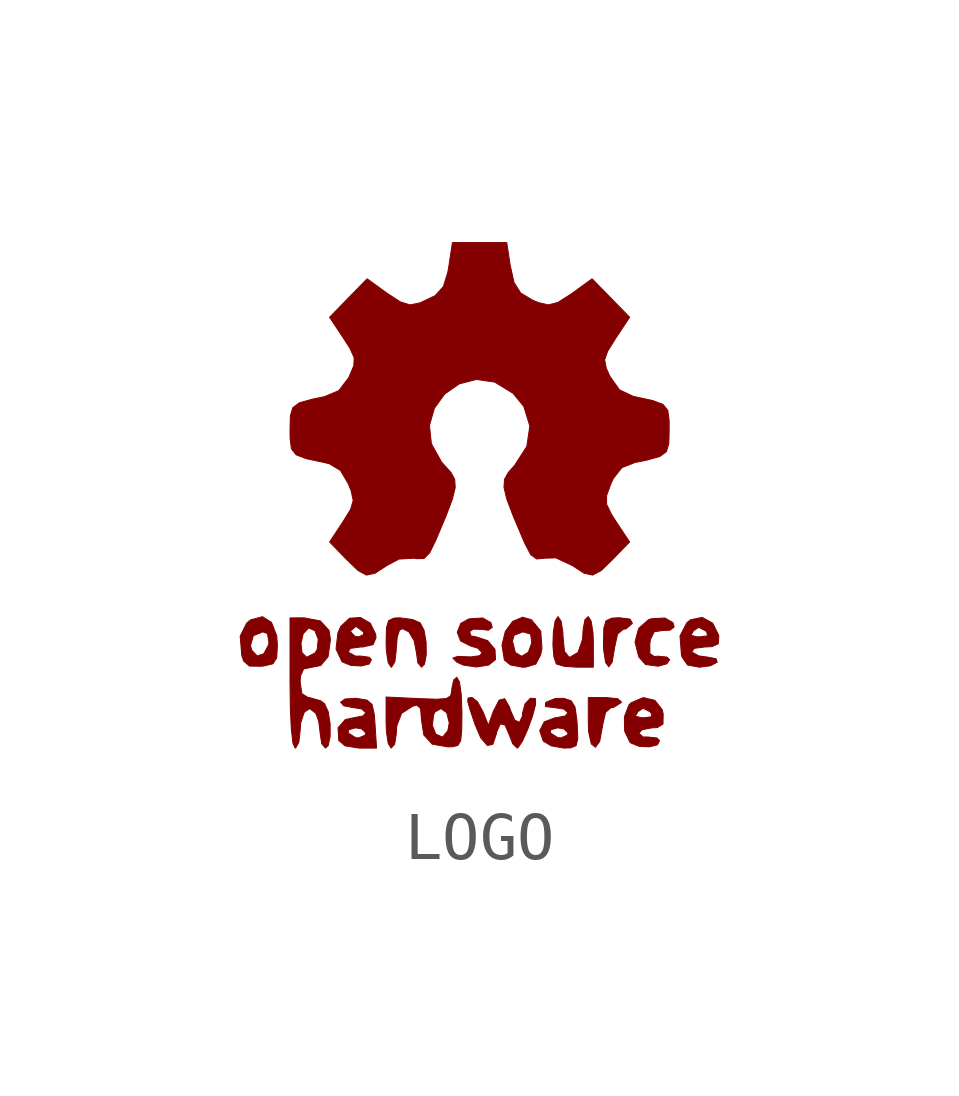
<source format=kicad_sym>
(kicad_symbol_lib
  (version 20220914)
  (generator "bitmap2component")
  (generator_version "8.0")
  (symbol "LOGO"
    (pin_names
      (offset 1.016))
    (property "Reference" "#G"
      (at 0 4.635 0)
      (effects (font (size 1.27 1.27)) hide))
    (symbol "LOGO_0_0"
      (polyline (pts (xy -3.104 -5.217) (xy -3.063 -5.024) (xy -3.064 -4.762) (xy -3.105 -4.508) (xy -3.183 -4.342) (xy -3.265 -4.282) (xy -3.499 -4.216) (xy -3.525 -4.215) (xy -3.652 -4.136) (xy -3.689 -3.9) (xy -3.683 -3.771) (xy -3.617 -3.62) (xy -3.437 -3.583) (xy -3.26 -3.548) (xy -3.106 -3.364) (xy -3.057 -3.008) (xy -3.087 -2.817) (xy -3.267 -2.619) (xy -3.61 -2.554) (xy -3.9 -2.556) (xy -3.9 -3.087) (xy -3.671 -3.087) (xy -3.626 -2.887) (xy -3.517 -2.77) (xy -3.507 -2.767) (xy -3.381 -2.823) (xy -3.312 -2.999) (xy -3.334 -3.215) (xy -3.38 -3.287) (xy -3.549 -3.373) (xy -3.558 -3.372) (xy -3.651 -3.279) (xy -3.671 -3.087) (xy -3.9 -3.087) (xy -3.9 -3.913) (xy -3.894 -4.421) (xy -3.873 -4.878) (xy -3.839 -5.168) (xy -3.794 -5.27) (xy -3.782 -5.267) (xy -3.716 -5.148) (xy -3.689 -4.907) (xy -3.678 -4.748) (xy -3.606 -4.525) (xy -3.491 -4.446) (xy -3.362 -4.545) (xy -3.302 -4.709) (xy -3.269 -4.98) (xy -3.239 -5.179) (xy -3.162 -5.27) (xy -3.104 -5.217)) (stroke (width 0.01) (type default)) (fill (type outline)))
      (polyline (pts (xy -2.128 -4.769) (xy -2.144 -4.562) (xy -2.19 -4.359) (xy -2.295 -4.269) (xy -2.503 -4.235) (xy -2.526 -4.233) (xy -2.754 -4.246) (xy -2.846 -4.314) (xy -2.78 -4.388) (xy -2.582 -4.426) (xy -2.409 -4.453) (xy -2.319 -4.532) (xy -2.378 -4.6) (xy -2.571 -4.637) (xy -2.748 -4.675) (xy -2.9 -4.848) (xy -2.893 -4.954) (xy -2.688 -4.954) (xy -2.681 -4.889) (xy -2.536 -4.848) (xy -2.407 -4.869) (xy -2.319 -4.954) (xy -2.334 -5) (xy -2.471 -5.059) (xy -2.535 -5.051) (xy -2.688 -4.954) (xy -2.893 -4.954) (xy -2.884 -5.112) (xy -2.752 -5.224) (xy -2.46 -5.27) (xy -2.096 -5.27) (xy -2.128 -4.769)) (stroke (width 0.01) (type default)) (fill (type outline)))
      (polyline (pts (xy -1.719 -5.19) (xy -1.685 -4.98) (xy -1.675 -4.811) (xy -1.575 -4.547) (xy -1.344 -4.396) (xy -1.253 -4.375) (xy -1.178 -4.446) (xy -1.159 -4.68) (xy -1.141 -4.8) (xy -0.932 -4.8) (xy -0.907 -4.576) (xy -0.876 -4.515) (xy -0.752 -4.447) (xy -0.633 -4.533) (xy -0.58 -4.743) (xy -0.609 -4.905) (xy -0.711 -5.032) (xy -0.728 -5.037) (xy -0.861 -4.979) (xy -0.932 -4.8) (xy -1.141 -4.8) (xy -1.111 -4.996) (xy -0.935 -5.188) (xy -0.606 -5.245) (xy -0.519 -5.243) (xy -0.402 -5.215) (xy -0.342 -5.117) (xy -0.32 -4.9) (xy -0.316 -4.519) (xy -0.33 -4.152) (xy -0.367 -3.892) (xy -0.422 -3.794) (xy -0.487 -3.847) (xy -0.527 -4.033) (xy -0.527 -4.063) (xy -0.549 -4.178) (xy -0.638 -4.236) (xy -0.844 -4.251) (xy -1.212 -4.238) (xy -1.897 -4.205) (xy -1.897 -4.737) (xy -1.89 -4.932) (xy -1.852 -5.175) (xy -1.792 -5.27) (xy -1.719 -5.19)) (stroke (width 0.01) (type default)) (fill (type outline)))
      (polyline (pts (xy 0.855 -5.261) (xy 0.946 -5.123) (xy 1.056 -4.879) (xy 1.156 -4.601) (xy 1.219 -4.364) (xy 1.219 -4.24) (xy 1.113 -4.229) (xy 1 -4.348) (xy 0.949 -4.538) (xy 0.945 -4.606) (xy 0.884 -4.733) (xy 0.785 -4.687) (xy 0.695 -4.479) (xy 0.677 -4.418) (xy 0.577 -4.241) (xy 0.459 -4.27) (xy 0.338 -4.506) (xy 0.236 -4.795) (xy 0.12 -4.506) (xy 0.009 -4.303) (xy -0.103 -4.216) (xy -0.128 -4.216) (xy -0.188 -4.227) (xy -0.196 -4.292) (xy -0.149 -4.461) (xy -0.041 -4.782) (xy 0.077 -5.057) (xy 0.214 -5.216) (xy 0.329 -5.191) (xy 0.403 -4.972) (xy 0.408 -4.937) (xy 0.483 -4.765) (xy 0.583 -4.789) (xy 0.676 -5.006) (xy 0.743 -5.18) (xy 0.835 -5.27) (xy 0.855 -5.261)) (stroke (width 0.01) (type default)) (fill (type outline)))
      (polyline (pts (xy 1.953 -5.265) (xy 2.065 -5.218) (xy 2.1 -5.071) (xy 2.087 -4.769) (xy 2.081 -4.684) (xy 2.042 -4.414) (xy 1.961 -4.283) (xy 1.806 -4.233) (xy 1.629 -4.236) (xy 1.442 -4.312) (xy 1.428 -4.327) (xy 1.425 -4.404) (xy 1.613 -4.426) (xy 1.806 -4.455) (xy 1.897 -4.532) (xy 1.837 -4.6) (xy 1.645 -4.637) (xy 1.625 -4.638) (xy 1.4 -4.723) (xy 1.306 -4.909) (xy 1.322 -4.954) (xy 1.528 -4.954) (xy 1.534 -4.889) (xy 1.68 -4.848) (xy 1.808 -4.869) (xy 1.897 -4.954) (xy 1.881 -5) (xy 1.745 -5.059) (xy 1.681 -5.051) (xy 1.528 -4.954) (xy 1.322 -4.954) (xy 1.381 -5.125) (xy 1.546 -5.223) (xy 1.81 -5.27) (xy 1.953 -5.265)) (stroke (width 0.01) (type default)) (fill (type outline)))
      (polyline (pts (xy 2.556 -5.132) (xy 2.615 -4.814) (xy 2.616 -4.8) (xy 2.679 -4.525) (xy 2.793 -4.426) (xy 2.851 -4.419) (xy 3.004 -4.321) (xy 3.01 -4.307) (xy 2.934 -4.241) (xy 2.694 -4.216) (xy 2.319 -4.216) (xy 2.319 -4.752) (xy 2.326 -4.931) (xy 2.382 -5.184) (xy 2.468 -5.253) (xy 2.556 -5.132)) (stroke (width 0.01) (type default)) (fill (type outline)))
      (polyline (pts (xy 3.761 -5.202) (xy 3.804 -5.112) (xy 3.749 -5.059) (xy 3.567 -5.039) (xy 3.457 -5.038) (xy 3.373 -4.96) (xy 3.442 -4.886) (xy 3.643 -4.848) (xy 3.759 -4.842) (xy 3.876 -4.769) (xy 3.88 -4.558) (xy 3.861 -4.471) (xy 3.707 -4.274) (xy 3.465 -4.217) (xy 3.209 -4.326) (xy 3.166 -4.371) (xy 3.076 -4.605) (xy 3.3 -4.605) (xy 3.352 -4.511) (xy 3.461 -4.439) (xy 3.604 -4.511) (xy 3.629 -4.537) (xy 3.646 -4.616) (xy 3.478 -4.637) (xy 3.427 -4.636) (xy 3.3 -4.605) (xy 3.076 -4.605) (xy 3.071 -4.62) (xy 3.077 -4.916) (xy 3.187 -5.148) (xy 3.205 -5.163) (xy 3.38 -5.233) (xy 3.592 -5.244) (xy 3.761 -5.202)) (stroke (width 0.01) (type default)) (fill (type outline)))
      (polyline (pts (xy -4.448 -3.558) (xy -4.256 -3.512) (xy -4.178 -3.388) (xy -4.163 -3.121) (xy -4.178 -2.928) (xy -4.286 -2.65) (xy -4.474 -2.53) (xy -4.716 -2.594) (xy -4.802 -2.661) (xy -4.939 -2.936) (xy -4.923 -3.129) (xy -4.724 -3.129) (xy -4.665 -2.927) (xy -4.466 -2.846) (xy -4.369 -2.885) (xy -4.34 -3.075) (xy -4.349 -3.12) (xy -4.447 -3.303) (xy -4.585 -3.348) (xy -4.699 -3.228) (xy -4.724 -3.129) (xy -4.923 -3.129) (xy -4.907 -3.335) (xy -4.867 -3.455) (xy -4.747 -3.56) (xy -4.502 -3.563) (xy -4.448 -3.558)) (stroke (width 0.01) (type default)) (fill (type outline)))
      (polyline (pts (xy -2.247 -3.516) (xy -2.203 -3.425) (xy -2.253 -3.375) (xy -2.431 -3.351) (xy -2.535 -3.352) (xy -2.684 -3.272) (xy -2.685 -3.271) (xy -2.647 -3.191) (xy -2.43 -3.162) (xy -2.377 -3.161) (xy -2.168 -3.113) (xy -2.108 -2.972) (xy -2.114 -2.894) (xy -2.228 -2.665) (xy -2.432 -2.547) (xy -2.66 -2.562) (xy -2.842 -2.733) (xy -2.891 -2.846) (xy -2.635 -2.846) (xy -2.632 -2.821) (xy -2.536 -2.74) (xy -2.506 -2.744) (xy -2.371 -2.846) (xy -2.361 -2.9) (xy -2.471 -2.951) (xy -2.549 -2.938) (xy -2.635 -2.846) (xy -2.891 -2.846) (xy -2.902 -2.872) (xy -2.941 -3.203) (xy -2.82 -3.461) (xy -2.802 -3.477) (xy -2.628 -3.547) (xy -2.416 -3.558) (xy -2.247 -3.516)) (stroke (width 0.01) (type default)) (fill (type outline)))
      (polyline (pts (xy -1.097 -3.521) (xy -1.059 -3.321) (xy -1.063 -3.058) (xy -1.106 -2.812) (xy -1.186 -2.659) (xy -1.343 -2.59) (xy -1.607 -2.554) (xy -1.73 -2.559) (xy -1.844 -2.611) (xy -1.889 -2.762) (xy -1.897 -3.07) (xy -1.891 -3.247) (xy -1.853 -3.489) (xy -1.792 -3.583) (xy -1.782 -3.582) (xy -1.714 -3.469) (xy -1.686 -3.232) (xy -1.686 -3.211) (xy -1.665 -2.955) (xy -1.617 -2.811) (xy -1.554 -2.78) (xy -1.422 -2.847) (xy -1.311 -3.033) (xy -1.265 -3.28) (xy -1.234 -3.492) (xy -1.159 -3.583) (xy -1.097 -3.521)) (stroke (width 0.01) (type default)) (fill (type outline)))
      (polyline (pts (xy 0.241 -3.539) (xy 0.384 -3.424) (xy 0.374 -3.212) (xy 0.22 -3.029) (xy -0.019 -2.951) (xy -0.128 -2.93) (xy -0.155 -2.841) (xy -0.08 -2.79) (xy 0.114 -2.796) (xy 0.234 -2.813) (xy 0.316 -2.753) (xy 0.289 -2.656) (xy 0.118 -2.557) (xy -0.171 -2.576) (xy -0.34 -2.67) (xy -0.414 -2.854) (xy -0.343 -3.038) (xy -0.132 -3.143) (xy 0.016 -3.187) (xy 0.105 -3.282) (xy 0.053 -3.344) (xy -0.132 -3.369) (xy -0.405 -3.358) (xy -0.506 -3.393) (xy -0.422 -3.478) (xy -0.288 -3.539) (xy -0.012 -3.579) (xy 0.241 -3.539)) (stroke (width 0.01) (type default)) (fill (type outline)))
      (polyline (pts (xy 1.013 -3.582) (xy 1.225 -3.518) (xy 1.325 -3.328) (xy 1.353 -3.19) (xy 1.328 -2.831) (xy 1.133 -2.594) (xy 0.951 -2.541) (xy 0.743 -2.627) (xy 0.589 -2.837) (xy 0.539 -3.039) (xy 0.738 -3.039) (xy 0.773 -2.918) (xy 0.956 -2.846) (xy 1.117 -2.893) (xy 1.14 -3.075) (xy 1.069 -3.271) (xy 0.93 -3.356) (xy 0.797 -3.276) (xy 0.738 -3.039) (xy 0.539 -3.039) (xy 0.519 -3.122) (xy 0.569 -3.434) (xy 0.698 -3.538) (xy 0.943 -3.583) (xy 1.013 -3.582)) (stroke (width 0.01) (type default)) (fill (type outline)))
      (polyline (pts (xy 2.424 -3.056) (xy 2.417 -2.867) (xy 2.379 -2.624) (xy 2.319 -2.529) (xy 2.25 -2.59) (xy 2.213 -2.784) (xy 2.198 -3.007) (xy 2.104 -3.276) (xy 1.938 -3.373) (xy 1.916 -3.37) (xy 1.822 -3.254) (xy 1.792 -2.951) (xy 1.789 -2.857) (xy 1.752 -2.623) (xy 1.686 -2.529) (xy 1.627 -2.62) (xy 1.591 -2.842) (xy 1.581 -3.118) (xy 1.601 -3.367) (xy 1.651 -3.513) (xy 1.656 -3.517) (xy 1.812 -3.564) (xy 2.073 -3.583) (xy 2.424 -3.583) (xy 2.424 -3.056)) (stroke (width 0.01) (type default)) (fill (type outline)))
      (polyline (pts (xy 2.816 -3.479) (xy 2.866 -3.188) (xy 2.866 -3.18) (xy 2.929 -2.893) (xy 3.048 -2.793) (xy 3.111 -2.782) (xy 3.239 -2.668) (xy 3.188 -2.58) (xy 2.958 -2.552) (xy 2.808 -2.561) (xy 2.689 -2.615) (xy 2.643 -2.766) (xy 2.635 -3.072) (xy 2.639 -3.224) (xy 2.68 -3.486) (xy 2.747 -3.575) (xy 2.816 -3.479)) (stroke (width 0.01) (type default)) (fill (type outline)))
      (polyline (pts (xy 3.958 -3.512) (xy 4.015 -3.425) (xy 3.956 -3.372) (xy 3.77 -3.354) (xy 3.696 -3.361) (xy 3.603 -3.301) (xy 3.602 -3.091) (xy 3.614 -3.008) (xy 3.693 -2.844) (xy 3.873 -2.818) (xy 4.022 -2.812) (xy 4.11 -2.745) (xy 4.083 -2.653) (xy 3.913 -2.557) (xy 3.632 -2.574) (xy 3.573 -2.593) (xy 3.368 -2.776) (xy 3.293 -3.058) (xy 3.371 -3.369) (xy 3.512 -3.527) (xy 3.775 -3.563) (xy 3.958 -3.512)) (stroke (width 0.01) (type default)) (fill (type outline)))
      (polyline (pts (xy 4.864 -3.554) (xy 5.006 -3.478) (xy 4.983 -3.407) (xy 4.808 -3.373) (xy 4.624 -3.348) (xy 4.479 -3.267) (xy 4.476 -3.262) (xy 4.529 -3.19) (xy 4.744 -3.162) (xy 4.897 -3.155) (xy 5.03 -3.094) (xy 5.04 -2.935) (xy 5.036 -2.913) (xy 4.911 -2.664) (xy 4.694 -2.545) (xy 4.453 -2.594) (xy 4.373 -2.656) (xy 4.238 -2.919) (xy 4.459 -2.919) (xy 4.511 -2.825) (xy 4.62 -2.752) (xy 4.764 -2.825) (xy 4.788 -2.85) (xy 4.805 -2.93) (xy 4.637 -2.951) (xy 4.587 -2.95) (xy 4.459 -2.919) (xy 4.238 -2.919) (xy 4.231 -2.931) (xy 4.261 -3.328) (xy 4.273 -3.37) (xy 4.389 -3.538) (xy 4.633 -3.583) (xy 4.864 -3.554)) (stroke (width 0.01) (type default)) (fill (type outline)))
      (polyline (pts (xy 2.587 -1.569) (xy 2.834 -1.329) (xy 3.18 -0.972) (xy 2.905 -0.557) (xy 2.801 -0.394) (xy 2.7 -0.186) (xy 2.7 -0.006) (xy 2.788 0.237) (xy 2.841 0.351) (xy 3.02 0.578) (xy 3.291 0.684) (xy 3.536 0.734) (xy 3.809 0.81) (xy 3.948 0.912) (xy 3.998 1.084) (xy 4.005 1.37) (xy 4.004 1.561) (xy 3.976 1.772) (xy 3.877 1.896) (xy 3.663 1.976) (xy 3.287 2.057) (xy 3.257 2.064) (xy 2.969 2.199) (xy 2.769 2.482) (xy 2.693 2.652) (xy 2.66 2.825) (xy 2.722 3.005) (xy 2.891 3.275) (xy 3.181 3.713) (xy 2.789 4.114) (xy 2.398 4.515) (xy 1.982 4.213) (xy 1.957 4.195) (xy 1.686 4.023) (xy 1.488 3.971) (xy 1.286 4.017) (xy 1.163 4.066) (xy 0.909 4.219) (xy 0.77 4.439) (xy 0.69 4.799) (xy 0.619 5.27) (xy 0.053 5.27) (xy -0.514 5.27) (xy -0.585 4.799) (xy -0.609 4.656) (xy -0.703 4.352) (xy -0.875 4.163) (xy -1.181 4.017) (xy -1.198 4.011) (xy -1.397 3.971) (xy -1.597 4.032) (xy -1.876 4.213) (xy -2.293 4.515) (xy -2.684 4.114) (xy -3.075 3.713) (xy -2.785 3.275) (xy -2.651 3.066) (xy -2.562 2.87) (xy -2.57 2.703) (xy -2.664 2.482) (xy -2.679 2.451) (xy -2.883 2.183) (xy -3.182 2.057) (xy -3.434 2.005) (xy -3.705 1.93) (xy -3.843 1.827) (xy -3.893 1.655) (xy -3.9 1.37) (xy -3.898 1.184) (xy -3.871 0.971) (xy -3.774 0.846) (xy -3.56 0.764) (xy -3.186 0.684) (xy -3.08 0.658) (xy -2.848 0.518) (xy -2.683 0.237) (xy -2.624 0.088) (xy -2.583 -0.108) (xy -2.637 -0.292) (xy -2.8 -0.557) (xy -3.075 -0.972) (xy -2.729 -1.329) (xy -2.484 -1.566) (xy -2.307 -1.663) (xy -2.13 -1.625) (xy -1.883 -1.465) (xy -1.63 -1.329) (xy -1.31 -1.31) (xy -1.261 -1.321) (xy -1.106 -1.317) (xy -0.989 -1.199) (xy -0.856 -0.925) (xy -0.65 -0.437) (xy -0.516 -0.082) (xy -0.456 0.16) (xy -0.466 0.331) (xy -0.542 0.473) (xy -0.679 0.626) (xy -0.742 0.696) (xy -0.953 1.076) (xy -0.993 1.458) (xy -0.891 1.814) (xy -0.675 2.112) (xy -0.374 2.323) (xy -0.017 2.416) (xy 0.368 2.361) (xy 0.75 2.127) (xy 0.974 1.853) (xy 1.1 1.444) (xy 1.037 1.02) (xy 0.784 0.626) (xy 0.651 0.477) (xy 0.573 0.336) (xy 0.561 0.167) (xy 0.618 -0.073) (xy 0.75 -0.423) (xy 0.962 -0.925) (xy 0.999 -1.01) (xy 1.122 -1.241) (xy 1.244 -1.327) (xy 1.416 -1.31) (xy 1.644 -1.304) (xy 1.988 -1.465) (xy 2.232 -1.624) (xy 2.409 -1.663) (xy 2.587 -1.569)) (stroke (width 0.01) (type default)) (fill (type outline))))))
</source>
